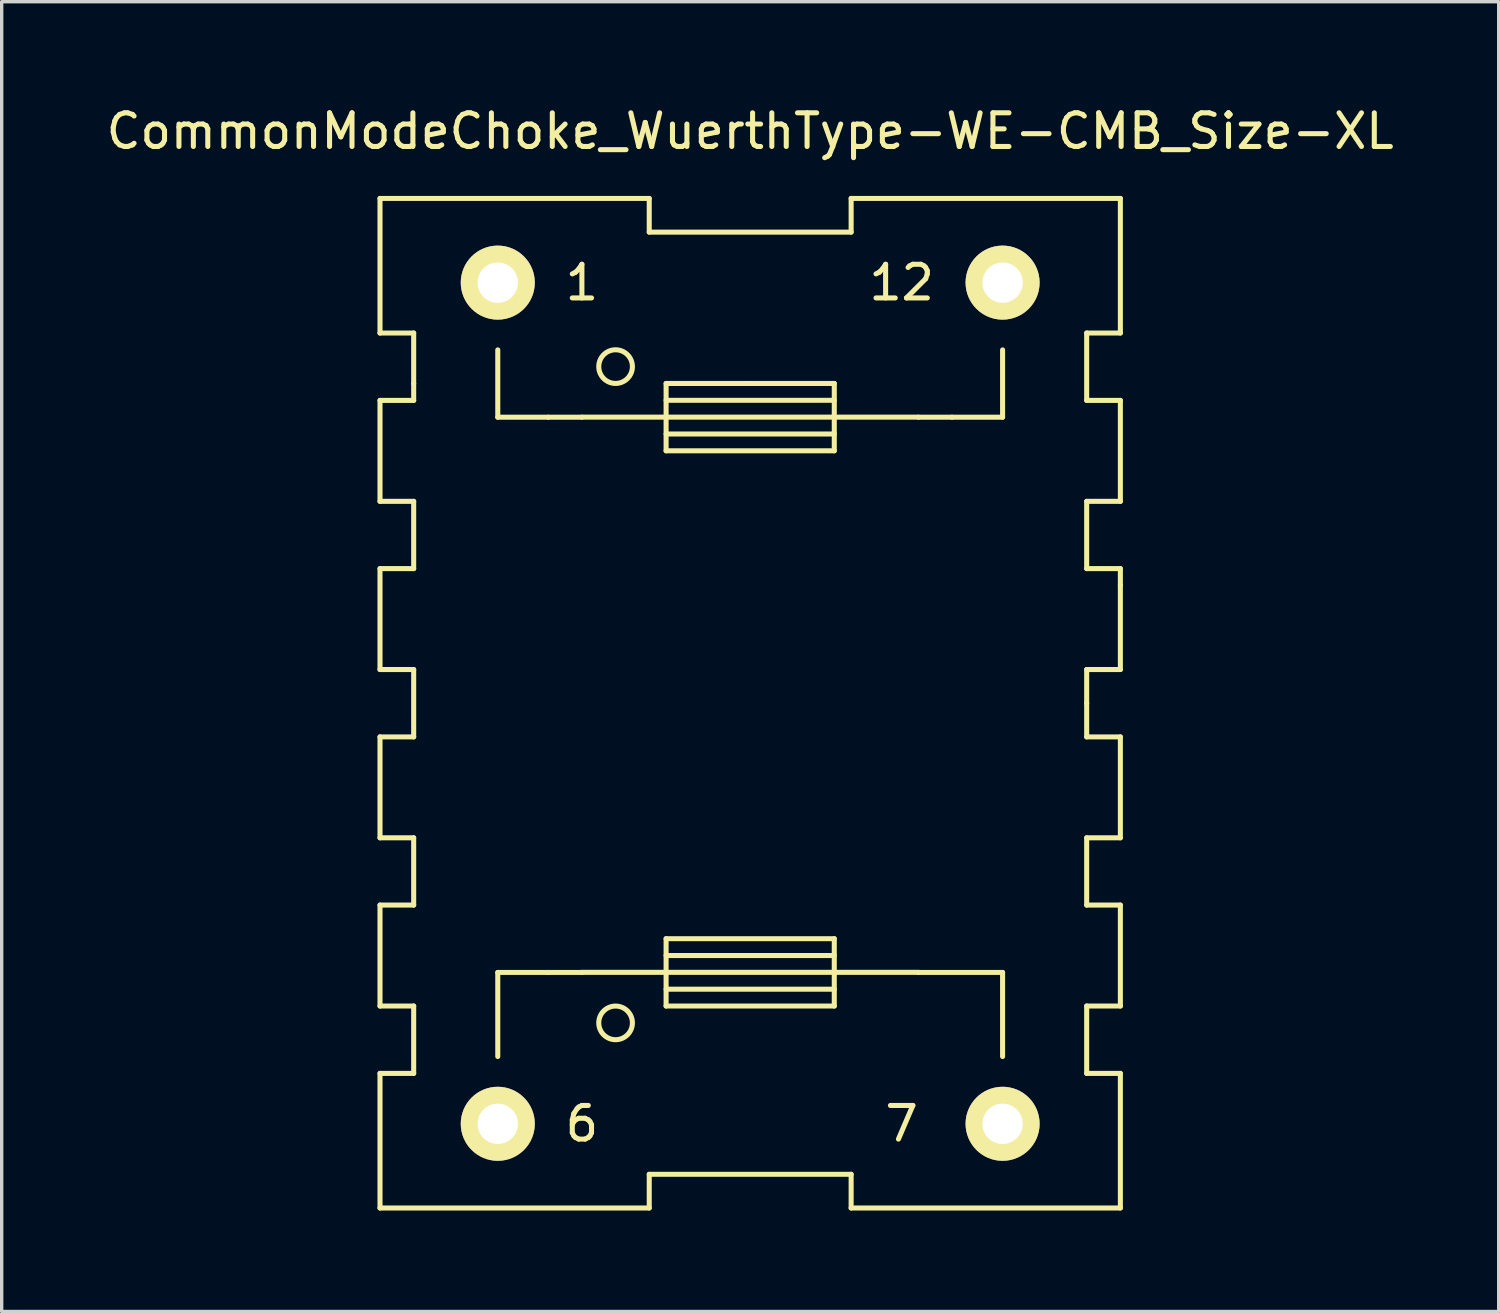
<source format=kicad_pcb>
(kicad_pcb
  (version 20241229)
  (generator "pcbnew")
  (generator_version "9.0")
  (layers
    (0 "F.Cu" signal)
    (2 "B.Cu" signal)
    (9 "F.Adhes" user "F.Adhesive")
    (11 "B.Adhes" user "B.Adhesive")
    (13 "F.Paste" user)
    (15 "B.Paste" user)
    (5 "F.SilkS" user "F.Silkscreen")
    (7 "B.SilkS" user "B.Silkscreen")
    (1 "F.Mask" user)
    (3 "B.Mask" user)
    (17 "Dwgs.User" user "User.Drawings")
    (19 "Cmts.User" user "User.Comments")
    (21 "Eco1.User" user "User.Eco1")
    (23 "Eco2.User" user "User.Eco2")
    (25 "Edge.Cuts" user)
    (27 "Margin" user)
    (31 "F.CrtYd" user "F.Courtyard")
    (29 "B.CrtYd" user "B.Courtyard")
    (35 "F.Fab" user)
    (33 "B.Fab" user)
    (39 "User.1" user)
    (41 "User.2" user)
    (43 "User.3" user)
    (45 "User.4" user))
  (footprint "CommonModeChoke_WuerthType-WE-CMB_Size-XL"
    (layer "F.Cu")
    (at 19.244 17.848)
    (property "Reference" "CommonModeChoke_WuerthType-WE-CMB_Size-XL" (at 0 -17 0) (layer "F.SilkS") (effects (font (size 1 1) (thickness 0.15))))
    (attr through_hole)
    (fp_line (start -11.001 -15.001) (end -11.001 -11.001) (stroke (width 0.15) (type solid)) (layer "F.SilkS"))
    (fp_line (start -11.001 -11.001) (end -10 -11.001) (stroke (width 0.15) (type solid)) (layer "F.SilkS"))
    (fp_line (start -11.001 -8.999) (end -11.001 -5.999) (stroke (width 0.15) (type solid)) (layer "F.SilkS"))
    (fp_line (start -11.001 -5.999) (end -10 -5.999) (stroke (width 0.15) (type solid)) (layer "F.SilkS"))
    (fp_line (start -11.001 -4) (end -11.001 -1.001) (stroke (width 0.15) (type solid)) (layer "F.SilkS"))
    (fp_line (start -11.001 -1.001) (end -10 -1.001) (stroke (width 0.15) (type solid)) (layer "F.SilkS"))
    (fp_line (start -11.001 1.001) (end -11.001 4) (stroke (width 0.15) (type solid)) (layer "F.SilkS"))
    (fp_line (start -11.001 4) (end -10 4) (stroke (width 0.15) (type solid)) (layer "F.SilkS"))
    (fp_line (start -11.001 5.999) (end -11.001 8.999) (stroke (width 0.15) (type solid)) (layer "F.SilkS"))
    (fp_line (start -11.001 8.999) (end -10 8.999) (stroke (width 0.15) (type solid)) (layer "F.SilkS"))
    (fp_line (start -11.001 11.001) (end -11.001 15.001) (stroke (width 0.15) (type solid)) (layer "F.SilkS"))
    (fp_line (start -10 -11.001) (end -10 -9.5) (stroke (width 0.15) (type solid)) (layer "F.SilkS"))
    (fp_line (start -10 -9.5) (end -10 -8.999) (stroke (width 0.15) (type solid)) (layer "F.SilkS"))
    (fp_line (start -10 -8.999) (end -11.001 -8.999) (stroke (width 0.15) (type solid)) (layer "F.SilkS"))
    (fp_line (start -10 -5.999) (end -10 -4) (stroke (width 0.15) (type solid)) (layer "F.SilkS"))
    (fp_line (start -10 -4) (end -11.001 -4) (stroke (width 0.15) (type solid)) (layer "F.SilkS"))
    (fp_line (start -10 -1.001) (end -10 1.001) (stroke (width 0.15) (type solid)) (layer "F.SilkS"))
    (fp_line (start -10 1.001) (end -11.001 1.001) (stroke (width 0.15) (type solid)) (layer "F.SilkS"))
    (fp_line (start -10 4) (end -10 5.999) (stroke (width 0.15) (type solid)) (layer "F.SilkS"))
    (fp_line (start -10 5.999) (end -11.001 5.999) (stroke (width 0.15) (type solid)) (layer "F.SilkS"))
    (fp_line (start -10 8.999) (end -10 11.001) (stroke (width 0.15) (type solid)) (layer "F.SilkS"))
    (fp_line (start -10 11.001) (end -11.001 11.001) (stroke (width 0.15) (type solid)) (layer "F.SilkS"))
    (fp_line (start -7.501 -8.499) (end -7.501 -10.5) (stroke (width 0.15) (type solid)) (layer "F.SilkS"))
    (fp_line (start -7.501 8.001) (end -7.501 10.5) (stroke (width 0.15) (type solid)) (layer "F.SilkS"))
    (fp_line (start -5.999 -8.499) (end -7.501 -8.499) (stroke (width 0.15) (type solid)) (layer "F.SilkS"))
    (fp_line (start -5.999 8.001) (end -7.501 8.001) (stroke (width 0.15) (type solid)) (layer "F.SilkS"))
    (fp_line (start -5.001 -8.499) (end -5.999 -8.499) (stroke (width 0.15) (type solid)) (layer "F.SilkS"))
    (fp_line (start -5.001 7.998) (end -2.499 7.998) (stroke (width 0.15) (type solid)) (layer "F.SilkS"))
    (fp_line (start -5.001 8.001) (end -5.999 8.001) (stroke (width 0.15) (type solid)) (layer "F.SilkS"))
    (fp_line (start -3 -15.001) (end -11.001 -15.001) (stroke (width 0.15) (type solid)) (layer "F.SilkS"))
    (fp_line (start -3 -14) (end -3 -15.001) (stroke (width 0.15) (type solid)) (layer "F.SilkS"))
    (fp_line (start -3 14) (end -3 15.001) (stroke (width 0.15) (type solid)) (layer "F.SilkS"))
    (fp_line (start -3 15.001) (end -11.001 15.001) (stroke (width 0.15) (type solid)) (layer "F.SilkS"))
    (fp_line (start -2.499 -9.502) (end 0 -9.502) (stroke (width 0.15) (type solid)) (layer "F.SilkS"))
    (fp_line (start -2.499 -8.501) (end -5.001 -8.501) (stroke (width 0.15) (type solid)) (layer "F.SilkS"))
    (fp_line (start -2.499 -8.501) (end 2.499 -8.501) (stroke (width 0.15) (type solid)) (layer "F.SilkS"))
    (fp_line (start -2.499 -8.001) (end 2.499 -8.001) (stroke (width 0.15) (type solid)) (layer "F.SilkS"))
    (fp_line (start -2.499 -7.501) (end -2.499 -9.502) (stroke (width 0.15) (type solid)) (layer "F.SilkS"))
    (fp_line (start -2.499 6.998) (end 2.499 6.998) (stroke (width 0.15) (type solid)) (layer "F.SilkS"))
    (fp_line (start -2.499 8.499) (end 2.499 8.499) (stroke (width 0.15) (type solid)) (layer "F.SilkS"))
    (fp_line (start -2.499 8.999) (end -2.499 6.998) (stroke (width 0.15) (type solid)) (layer "F.SilkS"))
    (fp_line (start 0 -9.502) (end 2.499 -9.502) (stroke (width 0.15) (type solid)) (layer "F.SilkS"))
    (fp_line (start 2.499 -9.502) (end 2.499 -7.501) (stroke (width 0.15) (type solid)) (layer "F.SilkS"))
    (fp_line (start 2.499 -9.002) (end -2.499 -9.002) (stroke (width 0.15) (type solid)) (layer "F.SilkS"))
    (fp_line (start 2.499 -8.501) (end 5.001 -8.501) (stroke (width 0.15) (type solid)) (layer "F.SilkS"))
    (fp_line (start 2.499 -7.501) (end -2.499 -7.501) (stroke (width 0.15) (type solid)) (layer "F.SilkS"))
    (fp_line (start 2.499 6.998) (end 2.499 8.999) (stroke (width 0.15) (type solid)) (layer "F.SilkS"))
    (fp_line (start 2.499 7.498) (end -2.499 7.498) (stroke (width 0.15) (type solid)) (layer "F.SilkS"))
    (fp_line (start 2.499 7.998) (end -2.499 7.998) (stroke (width 0.15) (type solid)) (layer "F.SilkS"))
    (fp_line (start 2.499 8.999) (end -2.499 8.999) (stroke (width 0.15) (type solid)) (layer "F.SilkS"))
    (fp_line (start 3 -15.001) (end 3 -14) (stroke (width 0.15) (type solid)) (layer "F.SilkS"))
    (fp_line (start 3 -14) (end -3 -14) (stroke (width 0.15) (type solid)) (layer "F.SilkS"))
    (fp_line (start 3 14) (end -3 14) (stroke (width 0.15) (type solid)) (layer "F.SilkS"))
    (fp_line (start 3 15.001) (end 3 14) (stroke (width 0.15) (type solid)) (layer "F.SilkS"))
    (fp_line (start 5.001 -8.499) (end 5.999 -8.499) (stroke (width 0.15) (type solid)) (layer "F.SilkS"))
    (fp_line (start 5.001 7.998) (end 2.499 7.998) (stroke (width 0.15) (type solid)) (layer "F.SilkS"))
    (fp_line (start 5.001 8.001) (end 7.501 8.001) (stroke (width 0.15) (type solid)) (layer "F.SilkS"))
    (fp_line (start 5.999 -8.499) (end 7.501 -8.499) (stroke (width 0.15) (type solid)) (layer "F.SilkS"))
    (fp_line (start 7.501 -8.499) (end 7.501 -10.5) (stroke (width 0.15) (type solid)) (layer "F.SilkS"))
    (fp_line (start 7.501 8.001) (end 7.501 10.5) (stroke (width 0.15) (type solid)) (layer "F.SilkS"))
    (fp_line (start 10 -11.001) (end 11.001 -11.001) (stroke (width 0.15) (type solid)) (layer "F.SilkS"))
    (fp_line (start 10 -8.999) (end 10 -11.001) (stroke (width 0.15) (type solid)) (layer "F.SilkS"))
    (fp_line (start 10 -5.999) (end 11.001 -5.999) (stroke (width 0.15) (type solid)) (layer "F.SilkS"))
    (fp_line (start 10 -4) (end 10 -5.999) (stroke (width 0.15) (type solid)) (layer "F.SilkS"))
    (fp_line (start 10 -1.001) (end 11.001 -1.001) (stroke (width 0.15) (type solid)) (layer "F.SilkS"))
    (fp_line (start 10 0) (end 10 -1.001) (stroke (width 0.15) (type solid)) (layer "F.SilkS"))
    (fp_line (start 10 0) (end 10 1.001) (stroke (width 0.15) (type solid)) (layer "F.SilkS"))
    (fp_line (start 10 1.001) (end 11.001 1.001) (stroke (width 0.15) (type solid)) (layer "F.SilkS"))
    (fp_line (start 10 4) (end 10 5.999) (stroke (width 0.15) (type solid)) (layer "F.SilkS"))
    (fp_line (start 10 5.999) (end 11.001 5.999) (stroke (width 0.15) (type solid)) (layer "F.SilkS"))
    (fp_line (start 10 8.999) (end 10 11.001) (stroke (width 0.15) (type solid)) (layer "F.SilkS"))
    (fp_line (start 10 11.001) (end 11.001 11.001) (stroke (width 0.15) (type solid)) (layer "F.SilkS"))
    (fp_line (start 11.001 -15.001) (end 3 -15.001) (stroke (width 0.15) (type solid)) (layer "F.SilkS"))
    (fp_line (start 11.001 -11.001) (end 11.001 -15.001) (stroke (width 0.15) (type solid)) (layer "F.SilkS"))
    (fp_line (start 11.001 -8.999) (end 10 -8.999) (stroke (width 0.15) (type solid)) (layer "F.SilkS"))
    (fp_line (start 11.001 -5.999) (end 11.001 -8.999) (stroke (width 0.15) (type solid)) (layer "F.SilkS"))
    (fp_line (start 11.001 -4) (end 10 -4) (stroke (width 0.15) (type solid)) (layer "F.SilkS"))
    (fp_line (start 11.001 -3.5) (end 11.001 -4) (stroke (width 0.15) (type solid)) (layer "F.SilkS"))
    (fp_line (start 11.001 -1.001) (end 11.001 -3.5) (stroke (width 0.15) (type solid)) (layer "F.SilkS"))
    (fp_line (start 11.001 1.001) (end 11.001 4) (stroke (width 0.15) (type solid)) (layer "F.SilkS"))
    (fp_line (start 11.001 4) (end 10 4) (stroke (width 0.15) (type solid)) (layer "F.SilkS"))
    (fp_line (start 11.001 5.999) (end 11.001 8.999) (stroke (width 0.15) (type solid)) (layer "F.SilkS"))
    (fp_line (start 11.001 8.999) (end 10 8.999) (stroke (width 0.15) (type solid)) (layer "F.SilkS"))
    (fp_line (start 11.001 11.001) (end 11.001 15.001) (stroke (width 0.15) (type solid)) (layer "F.SilkS"))
    (fp_line (start 11.001 15.001) (end 3 15.001) (stroke (width 0.15) (type solid)) (layer "F.SilkS"))
    (fp_circle (center -4 -10.003) (end -3.5 -10.003) (stroke (width 0.15) (type solid)) (fill no) (layer "F.SilkS"))
    (fp_circle (center -4 9.5) (end -3.5 9.5) (stroke (width 0.15) (type solid)) (fill no) (layer "F.SilkS"))
    (fp_text user "12" (at 4.501 -12.499 0) (layer "F.SilkS") (effects (font (size 1 1) (thickness 0.15))))
    (fp_text user "6" (at -5.001 12.499 0) (layer "F.SilkS") (effects (font (size 1 1) (thickness 0.15))))
    (fp_text user "7" (at 4.501 12.499 0) (layer "F.SilkS") (effects (font (size 1 1) (thickness 0.15))))
    (fp_text user "1" (at -5.001 -12.499 0) (layer "F.SilkS") (effects (font (size 1 1) (thickness 0.15))))
    (pad "1" thru_hole circle (at -7.501 -12.499) (size 2.2 2.2) (drill 1.199) (layers "*.Cu" "*.Mask" "F.SilkS"))
    (pad "6" thru_hole circle (at -7.501 12.499) (size 2.2 2.2) (drill 1.199) (layers "*.Cu" "*.Mask" "F.SilkS"))
    (pad "7" thru_hole circle (at 7.501 12.499) (size 2.2 2.2) (drill 1.199) (layers "*.Cu" "*.Mask" "F.SilkS"))
    (pad "12" thru_hole circle (at 7.501 -12.499) (size 2.2 2.2) (drill 1.199) (layers "*.Cu" "*.Mask" "F.SilkS")))
  (gr_rect
    (start -3 -3)
    (end 41.488 35.925)
    (stroke (width 0.1) (type default))
    (fill no)
    (layer "Edge.Cuts")))
</source>
